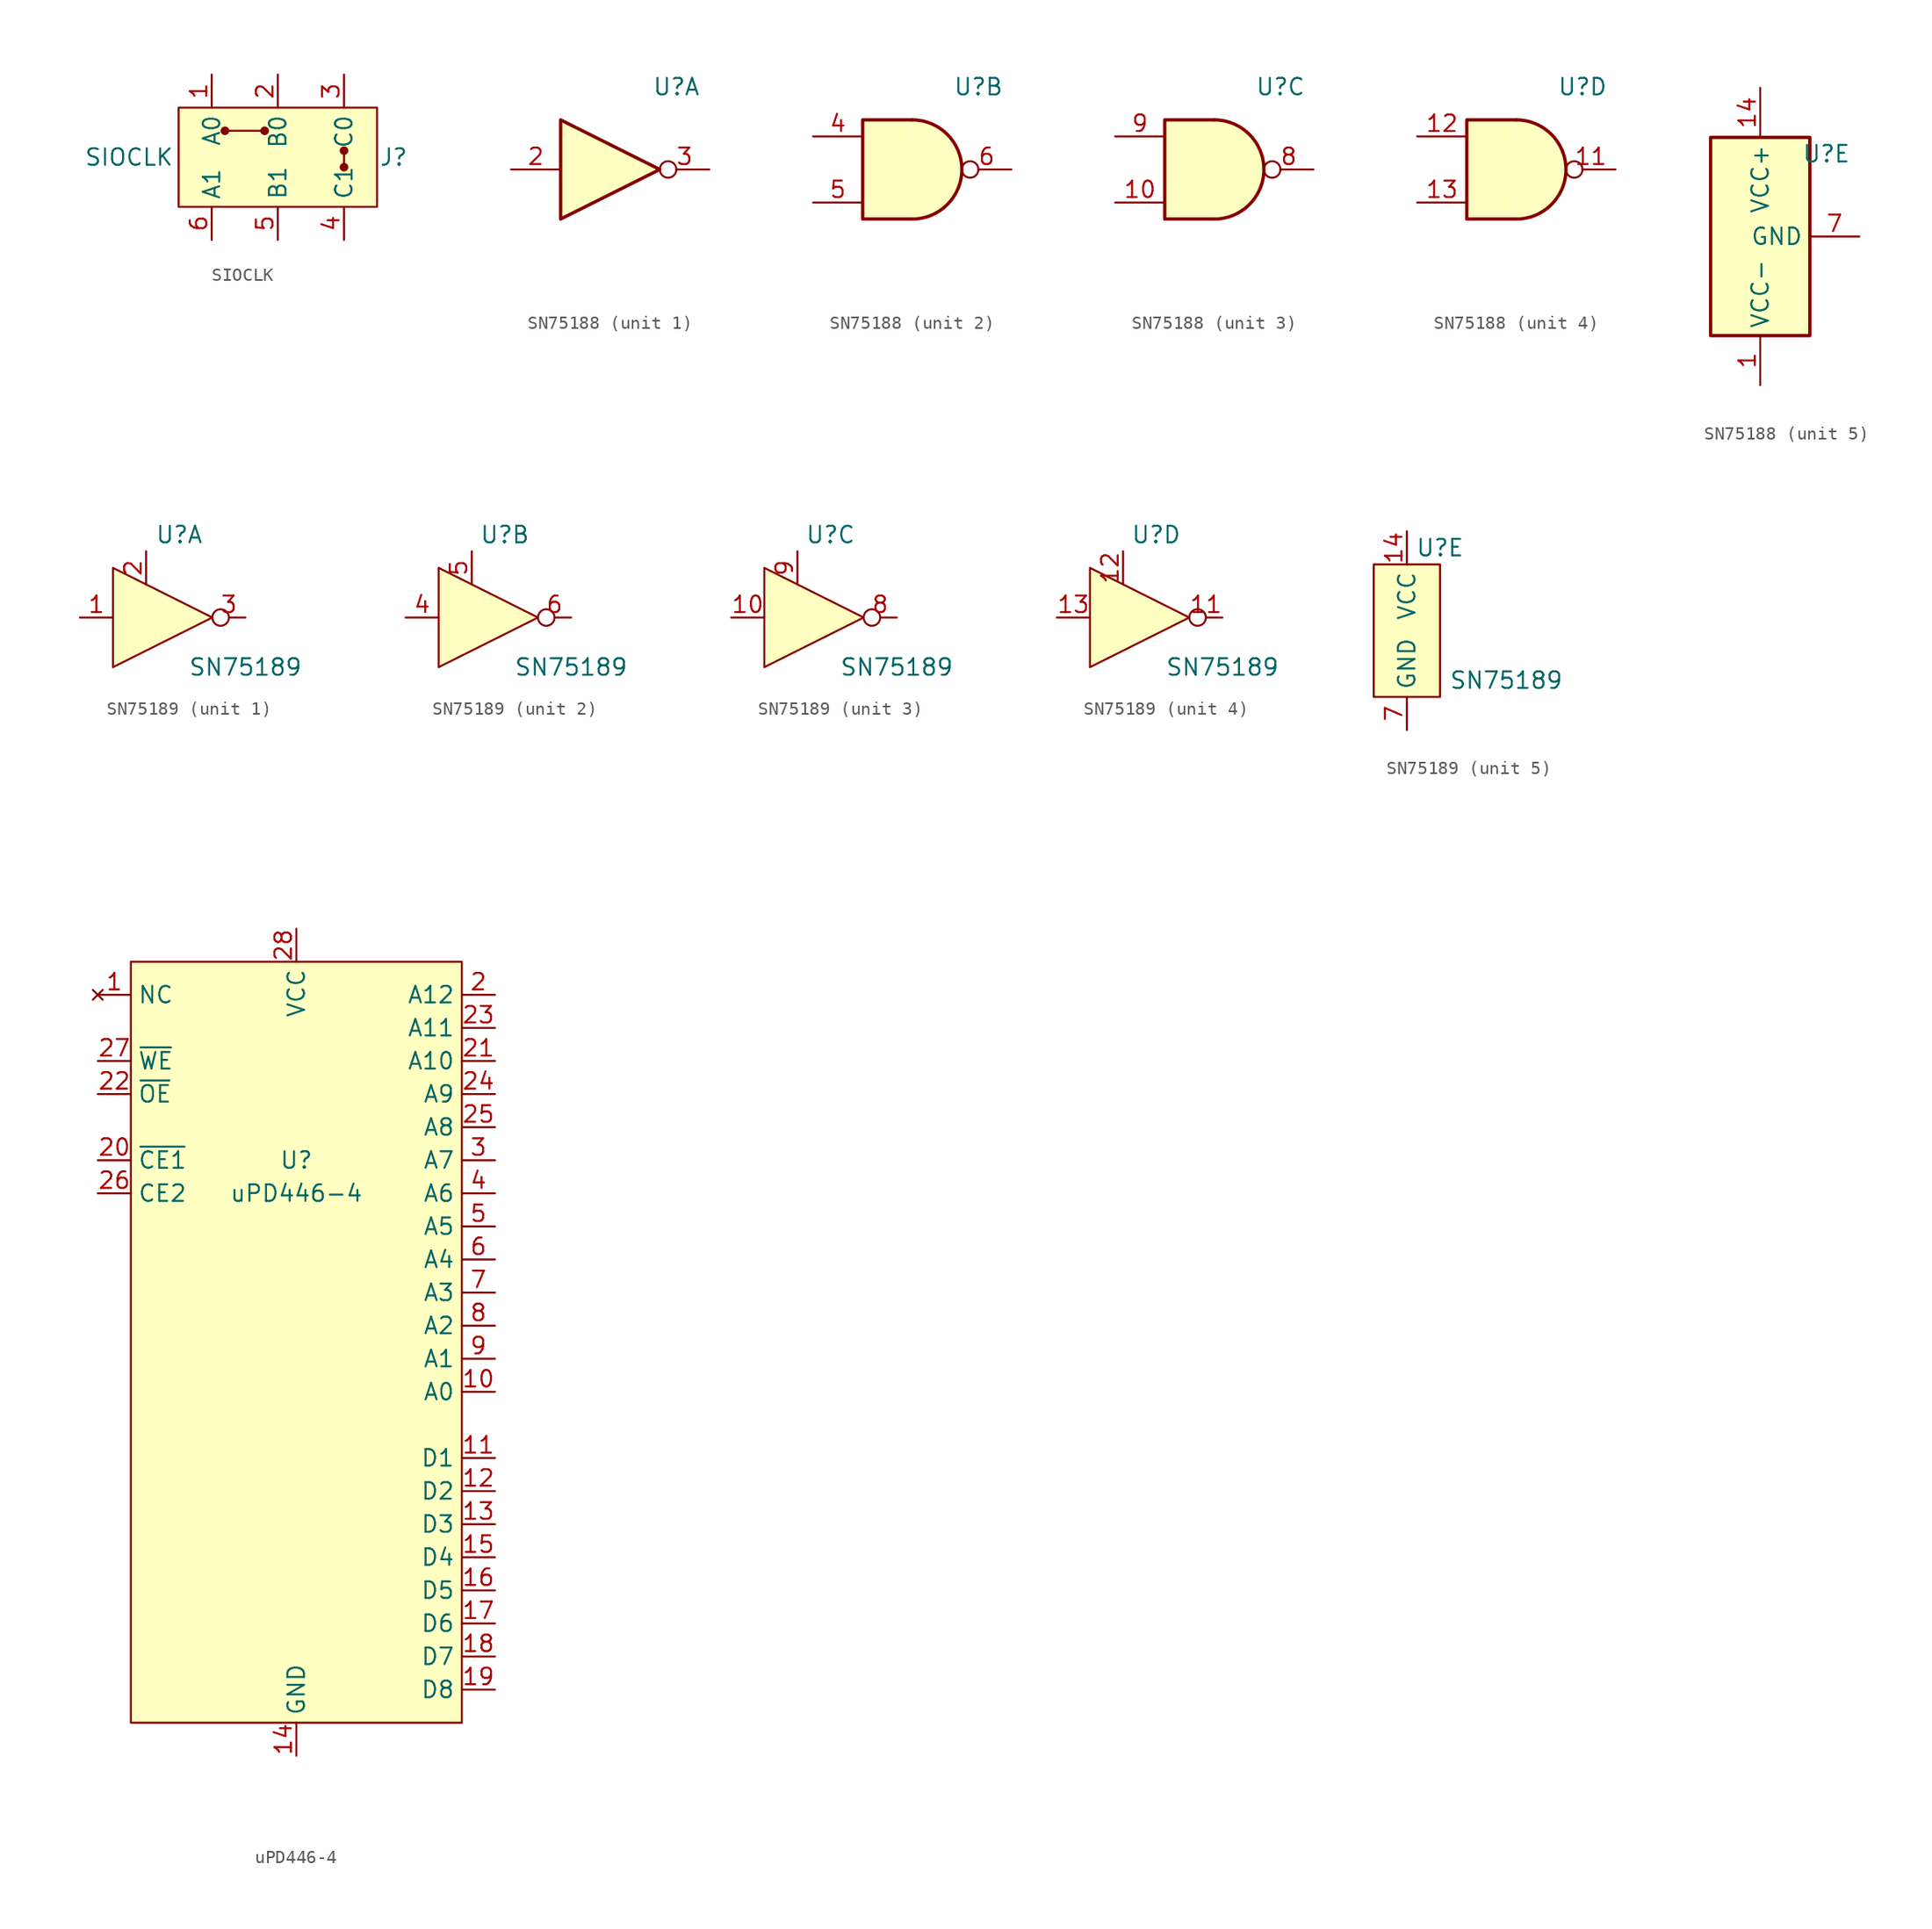
<source format=kicad_sym>
(kicad_symbol_lib
  (version 20220914)
  (generator kicad_symbol_editor)
  (symbol "SIOCLK"
    (property "Reference" "J"
      (at 8.89 0 0)
      (effects (font (size 1.27 1.27))))
    (property "Value" "SIOCLK"
      (at -11.43 0 0)
      (effects (font (size 1.27 1.27))))
    (symbol "SIOCLK_0_1"
      (rectangle (start -7.62 3.81) (end 7.62 -3.81) (stroke (width 0.152) (type default)) (fill (type background))))
    (symbol "SIOCLK_1_1"
      (circle (center -4.064 2.032) (radius 0.254) (stroke (width 0) (type default)) (fill (type outline)))
      (circle (center -1.016 2.032) (radius 0.254) (stroke (width 0) (type default)) (fill (type outline)))
      (polyline (pts (xy -4.064 2.032) (xy -1.016 2.032)) (stroke (width 0) (type default)) (fill (type none)))
      (polyline (pts (xy 5.08 0.635) (xy 5.08 -0.762)) (stroke (width 0) (type default)) (fill (type none)))
      (circle (center 5.08 -0.762) (radius 0.254) (stroke (width 0) (type default)) (fill (type outline)))
      (circle (center 5.08 0.508) (radius 0.254) (stroke (width 0) (type default)) (fill (type outline)))
      (pin passive line (at -5.08 6.35 270) (length 2.54) (name "A0" (effects (font (size 1.27 1.27)))) (number "1" (effects (font (size 1.27 1.27)))))
      (pin passive line (at 0 6.35 270) (length 2.54) (name "B0" (effects (font (size 1.27 1.27)))) (number "2" (effects (font (size 1.27 1.27)))))
      (pin passive line (at 5.08 6.35 270) (length 2.54) (name "C0" (effects (font (size 1.27 1.27)))) (number "3" (effects (font (size 1.27 1.27)))))
      (pin passive line (at 5.08 -6.35 90) (length 2.54) (name "C1" (effects (font (size 1.27 1.27)))) (number "4" (effects (font (size 1.27 1.27)))))
      (pin passive line (at 0 -6.35 90) (length 2.54) (name "B1" (effects (font (size 1.27 1.27)))) (number "5" (effects (font (size 1.27 1.27)))))
      (pin passive line (at -5.08 -6.35 90) (length 2.54) (name "A1" (effects (font (size 1.27 1.27)))) (number "6" (effects (font (size 1.27 1.27)))))))
  (symbol "SN75188"
    (property "Reference" "U"
      (at 5.08 6.35 0)
      (effects (font (size 1.27 1.27))))
    (property "Value" ""
      (at 0 -8.89 0)
      (effects (font (size 1.27 1.27))))
    (property "ki_locked" ""
      (at 0 0 0)
      (effects (font (size 1.27 1.27))))
    (symbol "SN75188_1_0"
      (polyline (pts (xy -3.81 3.81) (xy -3.81 -3.81) (xy 3.81 0) (xy -3.81 3.81)) (stroke (width 0.254) (type default)) (fill (type background)))
      (pin input line (at -7.62 0 0) (length 3.81) (name "~" (effects (font (size 1.27 1.27)))) (number "2" (effects (font (size 1.27 1.27)))))
      (pin output inverted (at 7.62 0 180) (length 3.81) (name "~" (effects (font (size 1.27 1.27)))) (number "3" (effects (font (size 1.27 1.27))))))
    (symbol "SN75188_2_1"
      (arc (start 0 -3.81) (mid 3.7934 0) (end 0 3.81) (stroke (width 0.254) (type default)) (fill (type background)))
      (polyline (pts (xy 0 3.81) (xy -3.81 3.81) (xy -3.81 -3.81) (xy 0 -3.81)) (stroke (width 0.254) (type default)) (fill (type background)))
      (pin input line (at -7.62 2.54 0) (length 3.81) (name "~" (effects (font (size 1.27 1.27)))) (number "4" (effects (font (size 1.27 1.27)))))
      (pin input line (at -7.62 -2.54 0) (length 3.81) (name "~" (effects (font (size 1.27 1.27)))) (number "5" (effects (font (size 1.27 1.27)))))
      (pin output inverted (at 7.62 0 180) (length 3.81) (name "~" (effects (font (size 1.27 1.27)))) (number "6" (effects (font (size 1.27 1.27))))))
    (symbol "SN75188_3_1"
      (arc (start 0 -3.81) (mid 3.7934 0) (end 0 3.81) (stroke (width 0.254) (type default)) (fill (type background)))
      (polyline (pts (xy 0 3.81) (xy -3.81 3.81) (xy -3.81 -3.81) (xy 0 -3.81)) (stroke (width 0.254) (type default)) (fill (type background)))
      (pin input line (at -7.62 -2.54 0) (length 3.81) (name "~" (effects (font (size 1.27 1.27)))) (number "10" (effects (font (size 1.27 1.27)))))
      (pin output inverted (at 7.62 0 180) (length 3.81) (name "~" (effects (font (size 1.27 1.27)))) (number "8" (effects (font (size 1.27 1.27)))))
      (pin input line (at -7.62 2.54 0) (length 3.81) (name "~" (effects (font (size 1.27 1.27)))) (number "9" (effects (font (size 1.27 1.27))))))
    (symbol "SN75188_4_1"
      (arc (start 0 -3.81) (mid 3.7934 0) (end 0 3.81) (stroke (width 0.254) (type default)) (fill (type background)))
      (polyline (pts (xy 0 3.81) (xy -3.81 3.81) (xy -3.81 -3.81) (xy 0 -3.81)) (stroke (width 0.254) (type default)) (fill (type background)))
      (pin output inverted (at 7.62 0 180) (length 3.81) (name "~" (effects (font (size 1.27 1.27)))) (number "11" (effects (font (size 1.27 1.27)))))
      (pin input line (at -7.62 2.54 0) (length 3.81) (name "~" (effects (font (size 1.27 1.27)))) (number "12" (effects (font (size 1.27 1.27)))))
      (pin input line (at -7.62 -2.54 0) (length 3.81) (name "~" (effects (font (size 1.27 1.27)))) (number "13" (effects (font (size 1.27 1.27))))))
    (symbol "SN75188_5_0"
      (polyline (pts (xy -3.81 7.62) (xy -3.81 -7.62) (xy 3.81 -7.62) (xy 3.81 7.62) (xy -3.81 7.62)) (stroke (width 0.254) (type default)) (fill (type background)))
      (pin power_in line (at 0 -11.43 90) (length 3.81) (name "VCC-" (effects (font (size 1.27 1.27)))) (number "1" (effects (font (size 1.27 1.27)))))
      (pin power_in line (at 0 11.43 270) (length 3.81) (name "VCC+" (effects (font (size 1.27 1.27)))) (number "14" (effects (font (size 1.27 1.27)))))
      (pin power_in line (at 7.62 0 180) (length 3.81) (name "GND" (effects (font (size 1.27 1.27)))) (number "7" (effects (font (size 1.27 1.27)))))))
  (symbol "SN75189"
    (property "Reference" "U"
      (at 2.54 6.35 0)
      (effects (font (size 1.27 1.27))))
    (property "Value" "SN75189"
      (at 7.62 -3.81 0)
      (effects (font (size 1.27 1.27))))
    (symbol "SN75189_1_1"
      (polyline (pts (xy -2.54 3.81) (xy -2.54 -3.81) (xy 5.08 0) (xy -2.54 3.81)) (stroke (width 0) (type default)) (fill (type background)))
      (pin input line (at -5.08 0 0) (length 2.54) (name "" (effects (font (size 1.27 1.27)))) (number "1" (effects (font (size 1.27 1.27)))))
      (pin input line (at 0 5.08 270) (length 2.54) (name "" (effects (font (size 1.27 1.27)))) (number "2" (effects (font (size 1.27 1.27)))))
      (pin output inverted (at 7.62 0 180) (length 2.54) (name "" (effects (font (size 1.27 1.27)))) (number "3" (effects (font (size 1.27 1.27))))))
    (symbol "SN75189_2_1"
      (polyline (pts (xy -2.54 3.81) (xy -2.54 -3.81) (xy 5.08 0) (xy -2.54 3.81)) (stroke (width 0) (type default)) (fill (type background)))
      (pin input line (at -5.08 0 0) (length 2.54) (name "" (effects (font (size 1.27 1.27)))) (number "4" (effects (font (size 1.27 1.27)))))
      (pin input line (at 0 5.08 270) (length 2.54) (name "" (effects (font (size 1.27 1.27)))) (number "5" (effects (font (size 1.27 1.27)))))
      (pin output inverted (at 7.62 0 180) (length 2.54) (name "" (effects (font (size 1.27 1.27)))) (number "6" (effects (font (size 1.27 1.27))))))
    (symbol "SN75189_3_1"
      (polyline (pts (xy -2.54 3.81) (xy -2.54 -3.81) (xy 5.08 0) (xy -2.54 3.81)) (stroke (width 0) (type default)) (fill (type background)))
      (pin input line (at -5.08 0 0) (length 2.54) (name "" (effects (font (size 1.27 1.27)))) (number "10" (effects (font (size 1.27 1.27)))))
      (pin output inverted (at 7.62 0 180) (length 2.54) (name "" (effects (font (size 1.27 1.27)))) (number "8" (effects (font (size 1.27 1.27)))))
      (pin input line (at 0 5.08 270) (length 2.54) (name "" (effects (font (size 1.27 1.27)))) (number "9" (effects (font (size 1.27 1.27))))))
    (symbol "SN75189_4_1"
      (polyline (pts (xy -2.54 3.81) (xy -2.54 -3.81) (xy 5.08 0) (xy -2.54 3.81)) (stroke (width 0) (type default)) (fill (type background)))
      (pin output inverted (at 7.62 0 180) (length 2.54) (name "" (effects (font (size 1.27 1.27)))) (number "11" (effects (font (size 1.27 1.27)))))
      (pin input line (at 0 5.08 270) (length 2.54) (name "" (effects (font (size 1.27 1.27)))) (number "12" (effects (font (size 1.27 1.27)))))
      (pin input line (at -5.08 0 0) (length 2.54) (name "" (effects (font (size 1.27 1.27)))) (number "13" (effects (font (size 1.27 1.27))))))
    (symbol "SN75189_5_1"
      (polyline (pts (xy -2.54 5.08) (xy -2.54 -5.08) (xy 2.54 -5.08) (xy 2.54 5.08) (xy -2.54 5.08)) (stroke (width 0) (type default)) (fill (type background)))
      (pin power_in line (at 0 7.62 270) (length 2.54) (name "VCC" (effects (font (size 1.27 1.27)))) (number "14" (effects (font (size 1.27 1.27)))))
      (pin power_in line (at 0 -7.62 90) (length 2.54) (name "GND" (effects (font (size 1.27 1.27)))) (number "7" (effects (font (size 1.27 1.27)))))))
  (symbol "uPD446-4"
    (property "Reference" "U"
      (at 0 -15.24 0)
      (effects (font (size 1.27 1.27))))
    (property "Value" "uPD446-4"
      (at 0 -17.78 0)
      (effects (font (size 1.27 1.27))))
    (symbol "uPD446-4_0_1"
      (rectangle (start -12.7 0) (end 12.7 -58.42) (stroke (width 0.152) (type default)) (fill (type background))))
    (symbol "uPD446-4_1_1"
      (pin no_connect line (at -15.24 -2.54 0) (length 2.54) (name "NC" (effects (font (size 1.27 1.27)))) (number "1" (effects (font (size 1.27 1.27)))))
      (pin input line (at 15.24 -33.02 180) (length 2.54) (name "A0" (effects (font (size 1.27 1.27)))) (number "10" (effects (font (size 1.27 1.27)))))
      (pin tri_state line (at 15.24 -38.1 180) (length 2.54) (name "D1" (effects (font (size 1.27 1.27)))) (number "11" (effects (font (size 1.27 1.27)))))
      (pin tri_state line (at 15.24 -40.64 180) (length 2.54) (name "D2" (effects (font (size 1.27 1.27)))) (number "12" (effects (font (size 1.27 1.27)))))
      (pin tri_state line (at 15.24 -43.18 180) (length 2.54) (name "D3" (effects (font (size 1.27 1.27)))) (number "13" (effects (font (size 1.27 1.27)))))
      (pin power_in line (at 0 -60.96 90) (length 2.54) (name "GND" (effects (font (size 1.27 1.27)))) (number "14" (effects (font (size 1.27 1.27)))))
      (pin tri_state line (at 15.24 -45.72 180) (length 2.54) (name "D4" (effects (font (size 1.27 1.27)))) (number "15" (effects (font (size 1.27 1.27)))))
      (pin tri_state line (at 15.24 -48.26 180) (length 2.54) (name "D5" (effects (font (size 1.27 1.27)))) (number "16" (effects (font (size 1.27 1.27)))))
      (pin tri_state line (at 15.24 -50.8 180) (length 2.54) (name "D6" (effects (font (size 1.27 1.27)))) (number "17" (effects (font (size 1.27 1.27)))))
      (pin tri_state line (at 15.24 -53.34 180) (length 2.54) (name "D7" (effects (font (size 1.27 1.27)))) (number "18" (effects (font (size 1.27 1.27)))))
      (pin tri_state line (at 15.24 -55.88 180) (length 2.54) (name "D8" (effects (font (size 1.27 1.27)))) (number "19" (effects (font (size 1.27 1.27)))))
      (pin input line (at 15.24 -2.54 180) (length 2.54) (name "A12" (effects (font (size 1.27 1.27)))) (number "2" (effects (font (size 1.27 1.27)))))
      (pin input line (at -15.24 -15.24 0) (length 2.54) (name "~{CE1}" (effects (font (size 1.27 1.27)))) (number "20" (effects (font (size 1.27 1.27)))))
      (pin input line (at 15.24 -7.62 180) (length 2.54) (name "A10" (effects (font (size 1.27 1.27)))) (number "21" (effects (font (size 1.27 1.27)))))
      (pin input line (at -15.24 -10.16 0) (length 2.54) (name "~{OE}" (effects (font (size 1.27 1.27)))) (number "22" (effects (font (size 1.27 1.27)))))
      (pin input line (at 15.24 -5.08 180) (length 2.54) (name "A11" (effects (font (size 1.27 1.27)))) (number "23" (effects (font (size 1.27 1.27)))))
      (pin input line (at 15.24 -10.16 180) (length 2.54) (name "A9" (effects (font (size 1.27 1.27)))) (number "24" (effects (font (size 1.27 1.27)))))
      (pin input line (at 15.24 -12.7 180) (length 2.54) (name "A8" (effects (font (size 1.27 1.27)))) (number "25" (effects (font (size 1.27 1.27)))))
      (pin input line (at -15.24 -17.78 0) (length 2.54) (name "CE2" (effects (font (size 1.27 1.27)))) (number "26" (effects (font (size 1.27 1.27)))))
      (pin input line (at -15.24 -7.62 0) (length 2.54) (name "~{WE}" (effects (font (size 1.27 1.27)))) (number "27" (effects (font (size 1.27 1.27)))))
      (pin power_in line (at 0 2.54 270) (length 2.54) (name "VCC" (effects (font (size 1.27 1.27)))) (number "28" (effects (font (size 1.27 1.27)))))
      (pin input line (at 15.24 -15.24 180) (length 2.54) (name "A7" (effects (font (size 1.27 1.27)))) (number "3" (effects (font (size 1.27 1.27)))))
      (pin input line (at 15.24 -17.78 180) (length 2.54) (name "A6" (effects (font (size 1.27 1.27)))) (number "4" (effects (font (size 1.27 1.27)))))
      (pin input line (at 15.24 -20.32 180) (length 2.54) (name "A5" (effects (font (size 1.27 1.27)))) (number "5" (effects (font (size 1.27 1.27)))))
      (pin input line (at 15.24 -22.86 180) (length 2.54) (name "A4" (effects (font (size 1.27 1.27)))) (number "6" (effects (font (size 1.27 1.27)))))
      (pin input line (at 15.24 -25.4 180) (length 2.54) (name "A3" (effects (font (size 1.27 1.27)))) (number "7" (effects (font (size 1.27 1.27)))))
      (pin input line (at 15.24 -27.94 180) (length 2.54) (name "A2" (effects (font (size 1.27 1.27)))) (number "8" (effects (font (size 1.27 1.27)))))
      (pin input line (at 15.24 -30.48 180) (length 2.54) (name "A1" (effects (font (size 1.27 1.27)))) (number "9" (effects (font (size 1.27 1.27))))))))
</source>
